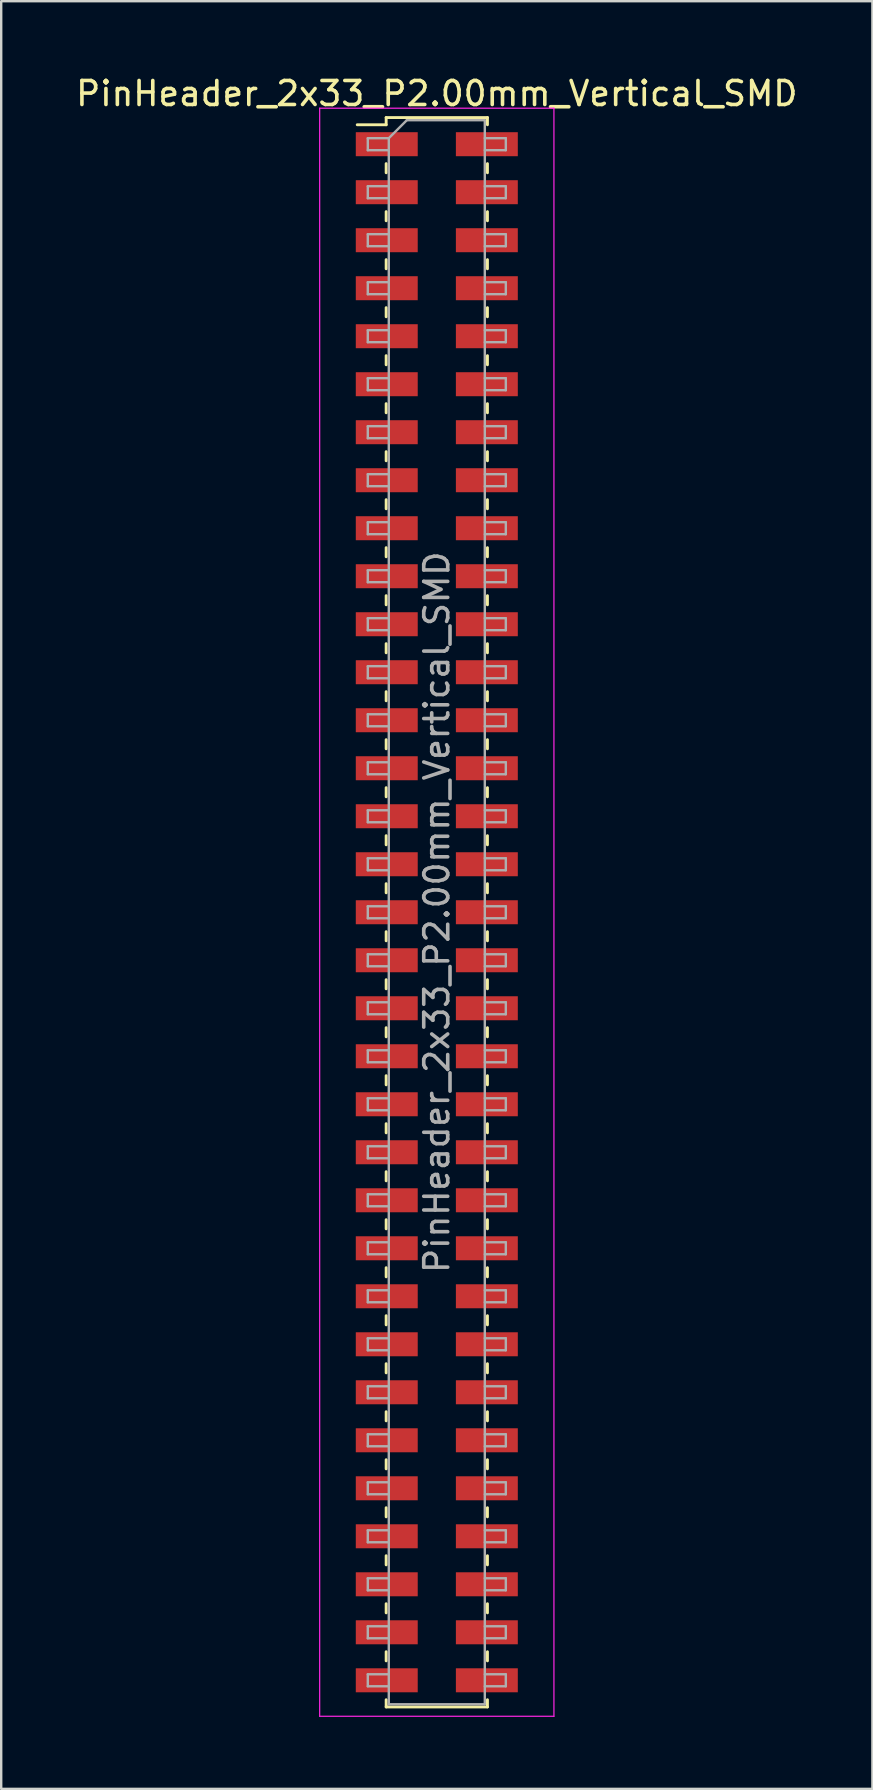
<source format=kicad_pcb>
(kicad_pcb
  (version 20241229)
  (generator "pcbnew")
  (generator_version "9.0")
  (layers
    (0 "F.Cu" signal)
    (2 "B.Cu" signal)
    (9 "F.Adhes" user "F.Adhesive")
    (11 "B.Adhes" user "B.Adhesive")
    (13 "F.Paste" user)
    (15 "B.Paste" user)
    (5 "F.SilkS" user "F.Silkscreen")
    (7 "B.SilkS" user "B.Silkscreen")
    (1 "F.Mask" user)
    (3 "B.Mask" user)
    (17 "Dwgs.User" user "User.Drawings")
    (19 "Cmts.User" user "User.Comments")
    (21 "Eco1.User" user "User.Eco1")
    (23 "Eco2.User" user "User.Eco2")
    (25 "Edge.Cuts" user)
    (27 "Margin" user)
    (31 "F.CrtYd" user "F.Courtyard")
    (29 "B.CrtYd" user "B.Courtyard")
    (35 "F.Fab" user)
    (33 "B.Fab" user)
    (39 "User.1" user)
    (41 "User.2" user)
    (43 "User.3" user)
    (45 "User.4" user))
  (footprint "PinHeader_2x33_P2.00mm_Vertical_SMD"
    (layer "F.Cu")
    (at 15.149 34.958)
    (property "Reference" "PinHeader_2x33_P2.00mm_Vertical_SMD" (at 0 -34.11 0) (layer "F.SilkS") (effects (font (size 1 1) (thickness 0.15))))
    (attr smd)
    (fp_line (start -3.315 -32.81) (end -2.11 -32.81) (stroke (width 0.12) (type solid)) (layer "F.SilkS"))
    (fp_line (start -2.11 -33.11) (end -2.11 -32.81) (stroke (width 0.12) (type solid)) (layer "F.SilkS"))
    (fp_line (start -2.11 -33.11) (end 2.11 -33.11) (stroke (width 0.12) (type solid)) (layer "F.SilkS"))
    (fp_line (start -2.11 -31.19) (end -2.11 -30.81) (stroke (width 0.12) (type solid)) (layer "F.SilkS"))
    (fp_line (start -2.11 -29.19) (end -2.11 -28.81) (stroke (width 0.12) (type solid)) (layer "F.SilkS"))
    (fp_line (start -2.11 -27.19) (end -2.11 -26.81) (stroke (width 0.12) (type solid)) (layer "F.SilkS"))
    (fp_line (start -2.11 -25.19) (end -2.11 -24.81) (stroke (width 0.12) (type solid)) (layer "F.SilkS"))
    (fp_line (start -2.11 -23.19) (end -2.11 -22.81) (stroke (width 0.12) (type solid)) (layer "F.SilkS"))
    (fp_line (start -2.11 -21.19) (end -2.11 -20.81) (stroke (width 0.12) (type solid)) (layer "F.SilkS"))
    (fp_line (start -2.11 -19.19) (end -2.11 -18.81) (stroke (width 0.12) (type solid)) (layer "F.SilkS"))
    (fp_line (start -2.11 -17.19) (end -2.11 -16.81) (stroke (width 0.12) (type solid)) (layer "F.SilkS"))
    (fp_line (start -2.11 -15.19) (end -2.11 -14.81) (stroke (width 0.12) (type solid)) (layer "F.SilkS"))
    (fp_line (start -2.11 -13.19) (end -2.11 -12.81) (stroke (width 0.12) (type solid)) (layer "F.SilkS"))
    (fp_line (start -2.11 -11.19) (end -2.11 -10.81) (stroke (width 0.12) (type solid)) (layer "F.SilkS"))
    (fp_line (start -2.11 -9.19) (end -2.11 -8.81) (stroke (width 0.12) (type solid)) (layer "F.SilkS"))
    (fp_line (start -2.11 -7.19) (end -2.11 -6.81) (stroke (width 0.12) (type solid)) (layer "F.SilkS"))
    (fp_line (start -2.11 -5.19) (end -2.11 -4.81) (stroke (width 0.12) (type solid)) (layer "F.SilkS"))
    (fp_line (start -2.11 -3.19) (end -2.11 -2.81) (stroke (width 0.12) (type solid)) (layer "F.SilkS"))
    (fp_line (start -2.11 -1.19) (end -2.11 -0.81) (stroke (width 0.12) (type solid)) (layer "F.SilkS"))
    (fp_line (start -2.11 0.81) (end -2.11 1.19) (stroke (width 0.12) (type solid)) (layer "F.SilkS"))
    (fp_line (start -2.11 2.81) (end -2.11 3.19) (stroke (width 0.12) (type solid)) (layer "F.SilkS"))
    (fp_line (start -2.11 4.81) (end -2.11 5.19) (stroke (width 0.12) (type solid)) (layer "F.SilkS"))
    (fp_line (start -2.11 6.81) (end -2.11 7.19) (stroke (width 0.12) (type solid)) (layer "F.SilkS"))
    (fp_line (start -2.11 8.81) (end -2.11 9.19) (stroke (width 0.12) (type solid)) (layer "F.SilkS"))
    (fp_line (start -2.11 10.81) (end -2.11 11.19) (stroke (width 0.12) (type solid)) (layer "F.SilkS"))
    (fp_line (start -2.11 12.81) (end -2.11 13.19) (stroke (width 0.12) (type solid)) (layer "F.SilkS"))
    (fp_line (start -2.11 14.81) (end -2.11 15.19) (stroke (width 0.12) (type solid)) (layer "F.SilkS"))
    (fp_line (start -2.11 16.81) (end -2.11 17.19) (stroke (width 0.12) (type solid)) (layer "F.SilkS"))
    (fp_line (start -2.11 18.81) (end -2.11 19.19) (stroke (width 0.12) (type solid)) (layer "F.SilkS"))
    (fp_line (start -2.11 20.81) (end -2.11 21.19) (stroke (width 0.12) (type solid)) (layer "F.SilkS"))
    (fp_line (start -2.11 22.81) (end -2.11 23.19) (stroke (width 0.12) (type solid)) (layer "F.SilkS"))
    (fp_line (start -2.11 24.81) (end -2.11 25.19) (stroke (width 0.12) (type solid)) (layer "F.SilkS"))
    (fp_line (start -2.11 26.81) (end -2.11 27.19) (stroke (width 0.12) (type solid)) (layer "F.SilkS"))
    (fp_line (start -2.11 28.81) (end -2.11 29.19) (stroke (width 0.12) (type solid)) (layer "F.SilkS"))
    (fp_line (start -2.11 30.81) (end -2.11 31.19) (stroke (width 0.12) (type solid)) (layer "F.SilkS"))
    (fp_line (start -2.11 32.81) (end -2.11 33.11) (stroke (width 0.12) (type solid)) (layer "F.SilkS"))
    (fp_line (start -2.11 33.11) (end 2.11 33.11) (stroke (width 0.12) (type solid)) (layer "F.SilkS"))
    (fp_line (start 2.11 -33.11) (end 2.11 -32.81) (stroke (width 0.12) (type solid)) (layer "F.SilkS"))
    (fp_line (start 2.11 -31.19) (end 2.11 -30.81) (stroke (width 0.12) (type solid)) (layer "F.SilkS"))
    (fp_line (start 2.11 -29.19) (end 2.11 -28.81) (stroke (width 0.12) (type solid)) (layer "F.SilkS"))
    (fp_line (start 2.11 -27.19) (end 2.11 -26.81) (stroke (width 0.12) (type solid)) (layer "F.SilkS"))
    (fp_line (start 2.11 -25.19) (end 2.11 -24.81) (stroke (width 0.12) (type solid)) (layer "F.SilkS"))
    (fp_line (start 2.11 -23.19) (end 2.11 -22.81) (stroke (width 0.12) (type solid)) (layer "F.SilkS"))
    (fp_line (start 2.11 -21.19) (end 2.11 -20.81) (stroke (width 0.12) (type solid)) (layer "F.SilkS"))
    (fp_line (start 2.11 -19.19) (end 2.11 -18.81) (stroke (width 0.12) (type solid)) (layer "F.SilkS"))
    (fp_line (start 2.11 -17.19) (end 2.11 -16.81) (stroke (width 0.12) (type solid)) (layer "F.SilkS"))
    (fp_line (start 2.11 -15.19) (end 2.11 -14.81) (stroke (width 0.12) (type solid)) (layer "F.SilkS"))
    (fp_line (start 2.11 -13.19) (end 2.11 -12.81) (stroke (width 0.12) (type solid)) (layer "F.SilkS"))
    (fp_line (start 2.11 -11.19) (end 2.11 -10.81) (stroke (width 0.12) (type solid)) (layer "F.SilkS"))
    (fp_line (start 2.11 -9.19) (end 2.11 -8.81) (stroke (width 0.12) (type solid)) (layer "F.SilkS"))
    (fp_line (start 2.11 -7.19) (end 2.11 -6.81) (stroke (width 0.12) (type solid)) (layer "F.SilkS"))
    (fp_line (start 2.11 -5.19) (end 2.11 -4.81) (stroke (width 0.12) (type solid)) (layer "F.SilkS"))
    (fp_line (start 2.11 -3.19) (end 2.11 -2.81) (stroke (width 0.12) (type solid)) (layer "F.SilkS"))
    (fp_line (start 2.11 -1.19) (end 2.11 -0.81) (stroke (width 0.12) (type solid)) (layer "F.SilkS"))
    (fp_line (start 2.11 0.81) (end 2.11 1.19) (stroke (width 0.12) (type solid)) (layer "F.SilkS"))
    (fp_line (start 2.11 2.81) (end 2.11 3.19) (stroke (width 0.12) (type solid)) (layer "F.SilkS"))
    (fp_line (start 2.11 4.81) (end 2.11 5.19) (stroke (width 0.12) (type solid)) (layer "F.SilkS"))
    (fp_line (start 2.11 6.81) (end 2.11 7.19) (stroke (width 0.12) (type solid)) (layer "F.SilkS"))
    (fp_line (start 2.11 8.81) (end 2.11 9.19) (stroke (width 0.12) (type solid)) (layer "F.SilkS"))
    (fp_line (start 2.11 10.81) (end 2.11 11.19) (stroke (width 0.12) (type solid)) (layer "F.SilkS"))
    (fp_line (start 2.11 12.81) (end 2.11 13.19) (stroke (width 0.12) (type solid)) (layer "F.SilkS"))
    (fp_line (start 2.11 14.81) (end 2.11 15.19) (stroke (width 0.12) (type solid)) (layer "F.SilkS"))
    (fp_line (start 2.11 16.81) (end 2.11 17.19) (stroke (width 0.12) (type solid)) (layer "F.SilkS"))
    (fp_line (start 2.11 18.81) (end 2.11 19.19) (stroke (width 0.12) (type solid)) (layer "F.SilkS"))
    (fp_line (start 2.11 20.81) (end 2.11 21.19) (stroke (width 0.12) (type solid)) (layer "F.SilkS"))
    (fp_line (start 2.11 22.81) (end 2.11 23.19) (stroke (width 0.12) (type solid)) (layer "F.SilkS"))
    (fp_line (start 2.11 24.81) (end 2.11 25.19) (stroke (width 0.12) (type solid)) (layer "F.SilkS"))
    (fp_line (start 2.11 26.81) (end 2.11 27.19) (stroke (width 0.12) (type solid)) (layer "F.SilkS"))
    (fp_line (start 2.11 28.81) (end 2.11 29.19) (stroke (width 0.12) (type solid)) (layer "F.SilkS"))
    (fp_line (start 2.11 30.81) (end 2.11 31.19) (stroke (width 0.12) (type solid)) (layer "F.SilkS"))
    (fp_line (start 2.11 32.81) (end 2.11 33.11) (stroke (width 0.12) (type solid)) (layer "F.SilkS"))
    (fp_line (start -4.88 -33.5) (end -4.88 33.5) (stroke (width 0.05) (type solid)) (layer "F.CrtYd"))
    (fp_line (start -4.88 33.5) (end 4.88 33.5) (stroke (width 0.05) (type solid)) (layer "F.CrtYd"))
    (fp_line (start 4.88 -33.5) (end -4.88 -33.5) (stroke (width 0.05) (type solid)) (layer "F.CrtYd"))
    (fp_line (start 4.88 33.5) (end 4.88 -33.5) (stroke (width 0.05) (type solid)) (layer "F.CrtYd"))
    (fp_line (start -2.875 -32.25) (end -2.875 -31.75) (stroke (width 0.1) (type solid)) (layer "F.Fab"))
    (fp_line (start -2.875 -31.75) (end -2 -31.75) (stroke (width 0.1) (type solid)) (layer "F.Fab"))
    (fp_line (start -2.875 -30.25) (end -2.875 -29.75) (stroke (width 0.1) (type solid)) (layer "F.Fab"))
    (fp_line (start -2.875 -29.75) (end -2 -29.75) (stroke (width 0.1) (type solid)) (layer "F.Fab"))
    (fp_line (start -2.875 -28.25) (end -2.875 -27.75) (stroke (width 0.1) (type solid)) (layer "F.Fab"))
    (fp_line (start -2.875 -27.75) (end -2 -27.75) (stroke (width 0.1) (type solid)) (layer "F.Fab"))
    (fp_line (start -2.875 -26.25) (end -2.875 -25.75) (stroke (width 0.1) (type solid)) (layer "F.Fab"))
    (fp_line (start -2.875 -25.75) (end -2 -25.75) (stroke (width 0.1) (type solid)) (layer "F.Fab"))
    (fp_line (start -2.875 -24.25) (end -2.875 -23.75) (stroke (width 0.1) (type solid)) (layer "F.Fab"))
    (fp_line (start -2.875 -23.75) (end -2 -23.75) (stroke (width 0.1) (type solid)) (layer "F.Fab"))
    (fp_line (start -2.875 -22.25) (end -2.875 -21.75) (stroke (width 0.1) (type solid)) (layer "F.Fab"))
    (fp_line (start -2.875 -21.75) (end -2 -21.75) (stroke (width 0.1) (type solid)) (layer "F.Fab"))
    (fp_line (start -2.875 -20.25) (end -2.875 -19.75) (stroke (width 0.1) (type solid)) (layer "F.Fab"))
    (fp_line (start -2.875 -19.75) (end -2 -19.75) (stroke (width 0.1) (type solid)) (layer "F.Fab"))
    (fp_line (start -2.875 -18.25) (end -2.875 -17.75) (stroke (width 0.1) (type solid)) (layer "F.Fab"))
    (fp_line (start -2.875 -17.75) (end -2 -17.75) (stroke (width 0.1) (type solid)) (layer "F.Fab"))
    (fp_line (start -2.875 -16.25) (end -2.875 -15.75) (stroke (width 0.1) (type solid)) (layer "F.Fab"))
    (fp_line (start -2.875 -15.75) (end -2 -15.75) (stroke (width 0.1) (type solid)) (layer "F.Fab"))
    (fp_line (start -2.875 -14.25) (end -2.875 -13.75) (stroke (width 0.1) (type solid)) (layer "F.Fab"))
    (fp_line (start -2.875 -13.75) (end -2 -13.75) (stroke (width 0.1) (type solid)) (layer "F.Fab"))
    (fp_line (start -2.875 -12.25) (end -2.875 -11.75) (stroke (width 0.1) (type solid)) (layer "F.Fab"))
    (fp_line (start -2.875 -11.75) (end -2 -11.75) (stroke (width 0.1) (type solid)) (layer "F.Fab"))
    (fp_line (start -2.875 -10.25) (end -2.875 -9.75) (stroke (width 0.1) (type solid)) (layer "F.Fab"))
    (fp_line (start -2.875 -9.75) (end -2 -9.75) (stroke (width 0.1) (type solid)) (layer "F.Fab"))
    (fp_line (start -2.875 -8.25) (end -2.875 -7.75) (stroke (width 0.1) (type solid)) (layer "F.Fab"))
    (fp_line (start -2.875 -7.75) (end -2 -7.75) (stroke (width 0.1) (type solid)) (layer "F.Fab"))
    (fp_line (start -2.875 -6.25) (end -2.875 -5.75) (stroke (width 0.1) (type solid)) (layer "F.Fab"))
    (fp_line (start -2.875 -5.75) (end -2 -5.75) (stroke (width 0.1) (type solid)) (layer "F.Fab"))
    (fp_line (start -2.875 -4.25) (end -2.875 -3.75) (stroke (width 0.1) (type solid)) (layer "F.Fab"))
    (fp_line (start -2.875 -3.75) (end -2 -3.75) (stroke (width 0.1) (type solid)) (layer "F.Fab"))
    (fp_line (start -2.875 -2.25) (end -2.875 -1.75) (stroke (width 0.1) (type solid)) (layer "F.Fab"))
    (fp_line (start -2.875 -1.75) (end -2 -1.75) (stroke (width 0.1) (type solid)) (layer "F.Fab"))
    (fp_line (start -2.875 -0.25) (end -2.875 0.25) (stroke (width 0.1) (type solid)) (layer "F.Fab"))
    (fp_line (start -2.875 0.25) (end -2 0.25) (stroke (width 0.1) (type solid)) (layer "F.Fab"))
    (fp_line (start -2.875 1.75) (end -2.875 2.25) (stroke (width 0.1) (type solid)) (layer "F.Fab"))
    (fp_line (start -2.875 2.25) (end -2 2.25) (stroke (width 0.1) (type solid)) (layer "F.Fab"))
    (fp_line (start -2.875 3.75) (end -2.875 4.25) (stroke (width 0.1) (type solid)) (layer "F.Fab"))
    (fp_line (start -2.875 4.25) (end -2 4.25) (stroke (width 0.1) (type solid)) (layer "F.Fab"))
    (fp_line (start -2.875 5.75) (end -2.875 6.25) (stroke (width 0.1) (type solid)) (layer "F.Fab"))
    (fp_line (start -2.875 6.25) (end -2 6.25) (stroke (width 0.1) (type solid)) (layer "F.Fab"))
    (fp_line (start -2.875 7.75) (end -2.875 8.25) (stroke (width 0.1) (type solid)) (layer "F.Fab"))
    (fp_line (start -2.875 8.25) (end -2 8.25) (stroke (width 0.1) (type solid)) (layer "F.Fab"))
    (fp_line (start -2.875 9.75) (end -2.875 10.25) (stroke (width 0.1) (type solid)) (layer "F.Fab"))
    (fp_line (start -2.875 10.25) (end -2 10.25) (stroke (width 0.1) (type solid)) (layer "F.Fab"))
    (fp_line (start -2.875 11.75) (end -2.875 12.25) (stroke (width 0.1) (type solid)) (layer "F.Fab"))
    (fp_line (start -2.875 12.25) (end -2 12.25) (stroke (width 0.1) (type solid)) (layer "F.Fab"))
    (fp_line (start -2.875 13.75) (end -2.875 14.25) (stroke (width 0.1) (type solid)) (layer "F.Fab"))
    (fp_line (start -2.875 14.25) (end -2 14.25) (stroke (width 0.1) (type solid)) (layer "F.Fab"))
    (fp_line (start -2.875 15.75) (end -2.875 16.25) (stroke (width 0.1) (type solid)) (layer "F.Fab"))
    (fp_line (start -2.875 16.25) (end -2 16.25) (stroke (width 0.1) (type solid)) (layer "F.Fab"))
    (fp_line (start -2.875 17.75) (end -2.875 18.25) (stroke (width 0.1) (type solid)) (layer "F.Fab"))
    (fp_line (start -2.875 18.25) (end -2 18.25) (stroke (width 0.1) (type solid)) (layer "F.Fab"))
    (fp_line (start -2.875 19.75) (end -2.875 20.25) (stroke (width 0.1) (type solid)) (layer "F.Fab"))
    (fp_line (start -2.875 20.25) (end -2 20.25) (stroke (width 0.1) (type solid)) (layer "F.Fab"))
    (fp_line (start -2.875 21.75) (end -2.875 22.25) (stroke (width 0.1) (type solid)) (layer "F.Fab"))
    (fp_line (start -2.875 22.25) (end -2 22.25) (stroke (width 0.1) (type solid)) (layer "F.Fab"))
    (fp_line (start -2.875 23.75) (end -2.875 24.25) (stroke (width 0.1) (type solid)) (layer "F.Fab"))
    (fp_line (start -2.875 24.25) (end -2 24.25) (stroke (width 0.1) (type solid)) (layer "F.Fab"))
    (fp_line (start -2.875 25.75) (end -2.875 26.25) (stroke (width 0.1) (type solid)) (layer "F.Fab"))
    (fp_line (start -2.875 26.25) (end -2 26.25) (stroke (width 0.1) (type solid)) (layer "F.Fab"))
    (fp_line (start -2.875 27.75) (end -2.875 28.25) (stroke (width 0.1) (type solid)) (layer "F.Fab"))
    (fp_line (start -2.875 28.25) (end -2 28.25) (stroke (width 0.1) (type solid)) (layer "F.Fab"))
    (fp_line (start -2.875 29.75) (end -2.875 30.25) (stroke (width 0.1) (type solid)) (layer "F.Fab"))
    (fp_line (start -2.875 30.25) (end -2 30.25) (stroke (width 0.1) (type solid)) (layer "F.Fab"))
    (fp_line (start -2.875 31.75) (end -2.875 32.25) (stroke (width 0.1) (type solid)) (layer "F.Fab"))
    (fp_line (start -2.875 32.25) (end -2 32.25) (stroke (width 0.1) (type solid)) (layer "F.Fab"))
    (fp_line (start -2 -32.25) (end -2.875 -32.25) (stroke (width 0.1) (type solid)) (layer "F.Fab"))
    (fp_line (start -2 -32.25) (end -1.25 -33) (stroke (width 0.1) (type solid)) (layer "F.Fab"))
    (fp_line (start -2 -30.25) (end -2.875 -30.25) (stroke (width 0.1) (type solid)) (layer "F.Fab"))
    (fp_line (start -2 -28.25) (end -2.875 -28.25) (stroke (width 0.1) (type solid)) (layer "F.Fab"))
    (fp_line (start -2 -26.25) (end -2.875 -26.25) (stroke (width 0.1) (type solid)) (layer "F.Fab"))
    (fp_line (start -2 -24.25) (end -2.875 -24.25) (stroke (width 0.1) (type solid)) (layer "F.Fab"))
    (fp_line (start -2 -22.25) (end -2.875 -22.25) (stroke (width 0.1) (type solid)) (layer "F.Fab"))
    (fp_line (start -2 -20.25) (end -2.875 -20.25) (stroke (width 0.1) (type solid)) (layer "F.Fab"))
    (fp_line (start -2 -18.25) (end -2.875 -18.25) (stroke (width 0.1) (type solid)) (layer "F.Fab"))
    (fp_line (start -2 -16.25) (end -2.875 -16.25) (stroke (width 0.1) (type solid)) (layer "F.Fab"))
    (fp_line (start -2 -14.25) (end -2.875 -14.25) (stroke (width 0.1) (type solid)) (layer "F.Fab"))
    (fp_line (start -2 -12.25) (end -2.875 -12.25) (stroke (width 0.1) (type solid)) (layer "F.Fab"))
    (fp_line (start -2 -10.25) (end -2.875 -10.25) (stroke (width 0.1) (type solid)) (layer "F.Fab"))
    (fp_line (start -2 -8.25) (end -2.875 -8.25) (stroke (width 0.1) (type solid)) (layer "F.Fab"))
    (fp_line (start -2 -6.25) (end -2.875 -6.25) (stroke (width 0.1) (type solid)) (layer "F.Fab"))
    (fp_line (start -2 -4.25) (end -2.875 -4.25) (stroke (width 0.1) (type solid)) (layer "F.Fab"))
    (fp_line (start -2 -2.25) (end -2.875 -2.25) (stroke (width 0.1) (type solid)) (layer "F.Fab"))
    (fp_line (start -2 -0.25) (end -2.875 -0.25) (stroke (width 0.1) (type solid)) (layer "F.Fab"))
    (fp_line (start -2 1.75) (end -2.875 1.75) (stroke (width 0.1) (type solid)) (layer "F.Fab"))
    (fp_line (start -2 3.75) (end -2.875 3.75) (stroke (width 0.1) (type solid)) (layer "F.Fab"))
    (fp_line (start -2 5.75) (end -2.875 5.75) (stroke (width 0.1) (type solid)) (layer "F.Fab"))
    (fp_line (start -2 7.75) (end -2.875 7.75) (stroke (width 0.1) (type solid)) (layer "F.Fab"))
    (fp_line (start -2 9.75) (end -2.875 9.75) (stroke (width 0.1) (type solid)) (layer "F.Fab"))
    (fp_line (start -2 11.75) (end -2.875 11.75) (stroke (width 0.1) (type solid)) (layer "F.Fab"))
    (fp_line (start -2 13.75) (end -2.875 13.75) (stroke (width 0.1) (type solid)) (layer "F.Fab"))
    (fp_line (start -2 15.75) (end -2.875 15.75) (stroke (width 0.1) (type solid)) (layer "F.Fab"))
    (fp_line (start -2 17.75) (end -2.875 17.75) (stroke (width 0.1) (type solid)) (layer "F.Fab"))
    (fp_line (start -2 19.75) (end -2.875 19.75) (stroke (width 0.1) (type solid)) (layer "F.Fab"))
    (fp_line (start -2 21.75) (end -2.875 21.75) (stroke (width 0.1) (type solid)) (layer "F.Fab"))
    (fp_line (start -2 23.75) (end -2.875 23.75) (stroke (width 0.1) (type solid)) (layer "F.Fab"))
    (fp_line (start -2 25.75) (end -2.875 25.75) (stroke (width 0.1) (type solid)) (layer "F.Fab"))
    (fp_line (start -2 27.75) (end -2.875 27.75) (stroke (width 0.1) (type solid)) (layer "F.Fab"))
    (fp_line (start -2 29.75) (end -2.875 29.75) (stroke (width 0.1) (type solid)) (layer "F.Fab"))
    (fp_line (start -2 31.75) (end -2.875 31.75) (stroke (width 0.1) (type solid)) (layer "F.Fab"))
    (fp_line (start -2 33) (end -2 -32.25) (stroke (width 0.1) (type solid)) (layer "F.Fab"))
    (fp_line (start -1.25 -33) (end 2 -33) (stroke (width 0.1) (type solid)) (layer "F.Fab"))
    (fp_line (start 2 -33) (end 2 33) (stroke (width 0.1) (type solid)) (layer "F.Fab"))
    (fp_line (start 2 -32.25) (end 2.875 -32.25) (stroke (width 0.1) (type solid)) (layer "F.Fab"))
    (fp_line (start 2 -30.25) (end 2.875 -30.25) (stroke (width 0.1) (type solid)) (layer "F.Fab"))
    (fp_line (start 2 -28.25) (end 2.875 -28.25) (stroke (width 0.1) (type solid)) (layer "F.Fab"))
    (fp_line (start 2 -26.25) (end 2.875 -26.25) (stroke (width 0.1) (type solid)) (layer "F.Fab"))
    (fp_line (start 2 -24.25) (end 2.875 -24.25) (stroke (width 0.1) (type solid)) (layer "F.Fab"))
    (fp_line (start 2 -22.25) (end 2.875 -22.25) (stroke (width 0.1) (type solid)) (layer "F.Fab"))
    (fp_line (start 2 -20.25) (end 2.875 -20.25) (stroke (width 0.1) (type solid)) (layer "F.Fab"))
    (fp_line (start 2 -18.25) (end 2.875 -18.25) (stroke (width 0.1) (type solid)) (layer "F.Fab"))
    (fp_line (start 2 -16.25) (end 2.875 -16.25) (stroke (width 0.1) (type solid)) (layer "F.Fab"))
    (fp_line (start 2 -14.25) (end 2.875 -14.25) (stroke (width 0.1) (type solid)) (layer "F.Fab"))
    (fp_line (start 2 -12.25) (end 2.875 -12.25) (stroke (width 0.1) (type solid)) (layer "F.Fab"))
    (fp_line (start 2 -10.25) (end 2.875 -10.25) (stroke (width 0.1) (type solid)) (layer "F.Fab"))
    (fp_line (start 2 -8.25) (end 2.875 -8.25) (stroke (width 0.1) (type solid)) (layer "F.Fab"))
    (fp_line (start 2 -6.25) (end 2.875 -6.25) (stroke (width 0.1) (type solid)) (layer "F.Fab"))
    (fp_line (start 2 -4.25) (end 2.875 -4.25) (stroke (width 0.1) (type solid)) (layer "F.Fab"))
    (fp_line (start 2 -2.25) (end 2.875 -2.25) (stroke (width 0.1) (type solid)) (layer "F.Fab"))
    (fp_line (start 2 -0.25) (end 2.875 -0.25) (stroke (width 0.1) (type solid)) (layer "F.Fab"))
    (fp_line (start 2 1.75) (end 2.875 1.75) (stroke (width 0.1) (type solid)) (layer "F.Fab"))
    (fp_line (start 2 3.75) (end 2.875 3.75) (stroke (width 0.1) (type solid)) (layer "F.Fab"))
    (fp_line (start 2 5.75) (end 2.875 5.75) (stroke (width 0.1) (type solid)) (layer "F.Fab"))
    (fp_line (start 2 7.75) (end 2.875 7.75) (stroke (width 0.1) (type solid)) (layer "F.Fab"))
    (fp_line (start 2 9.75) (end 2.875 9.75) (stroke (width 0.1) (type solid)) (layer "F.Fab"))
    (fp_line (start 2 11.75) (end 2.875 11.75) (stroke (width 0.1) (type solid)) (layer "F.Fab"))
    (fp_line (start 2 13.75) (end 2.875 13.75) (stroke (width 0.1) (type solid)) (layer "F.Fab"))
    (fp_line (start 2 15.75) (end 2.875 15.75) (stroke (width 0.1) (type solid)) (layer "F.Fab"))
    (fp_line (start 2 17.75) (end 2.875 17.75) (stroke (width 0.1) (type solid)) (layer "F.Fab"))
    (fp_line (start 2 19.75) (end 2.875 19.75) (stroke (width 0.1) (type solid)) (layer "F.Fab"))
    (fp_line (start 2 21.75) (end 2.875 21.75) (stroke (width 0.1) (type solid)) (layer "F.Fab"))
    (fp_line (start 2 23.75) (end 2.875 23.75) (stroke (width 0.1) (type solid)) (layer "F.Fab"))
    (fp_line (start 2 25.75) (end 2.875 25.75) (stroke (width 0.1) (type solid)) (layer "F.Fab"))
    (fp_line (start 2 27.75) (end 2.875 27.75) (stroke (width 0.1) (type solid)) (layer "F.Fab"))
    (fp_line (start 2 29.75) (end 2.875 29.75) (stroke (width 0.1) (type solid)) (layer "F.Fab"))
    (fp_line (start 2 31.75) (end 2.875 31.75) (stroke (width 0.1) (type solid)) (layer "F.Fab"))
    (fp_line (start 2 33) (end -2 33) (stroke (width 0.1) (type solid)) (layer "F.Fab"))
    (fp_line (start 2.875 -32.25) (end 2.875 -31.75) (stroke (width 0.1) (type solid)) (layer "F.Fab"))
    (fp_line (start 2.875 -31.75) (end 2 -31.75) (stroke (width 0.1) (type solid)) (layer "F.Fab"))
    (fp_line (start 2.875 -30.25) (end 2.875 -29.75) (stroke (width 0.1) (type solid)) (layer "F.Fab"))
    (fp_line (start 2.875 -29.75) (end 2 -29.75) (stroke (width 0.1) (type solid)) (layer "F.Fab"))
    (fp_line (start 2.875 -28.25) (end 2.875 -27.75) (stroke (width 0.1) (type solid)) (layer "F.Fab"))
    (fp_line (start 2.875 -27.75) (end 2 -27.75) (stroke (width 0.1) (type solid)) (layer "F.Fab"))
    (fp_line (start 2.875 -26.25) (end 2.875 -25.75) (stroke (width 0.1) (type solid)) (layer "F.Fab"))
    (fp_line (start 2.875 -25.75) (end 2 -25.75) (stroke (width 0.1) (type solid)) (layer "F.Fab"))
    (fp_line (start 2.875 -24.25) (end 2.875 -23.75) (stroke (width 0.1) (type solid)) (layer "F.Fab"))
    (fp_line (start 2.875 -23.75) (end 2 -23.75) (stroke (width 0.1) (type solid)) (layer "F.Fab"))
    (fp_line (start 2.875 -22.25) (end 2.875 -21.75) (stroke (width 0.1) (type solid)) (layer "F.Fab"))
    (fp_line (start 2.875 -21.75) (end 2 -21.75) (stroke (width 0.1) (type solid)) (layer "F.Fab"))
    (fp_line (start 2.875 -20.25) (end 2.875 -19.75) (stroke (width 0.1) (type solid)) (layer "F.Fab"))
    (fp_line (start 2.875 -19.75) (end 2 -19.75) (stroke (width 0.1) (type solid)) (layer "F.Fab"))
    (fp_line (start 2.875 -18.25) (end 2.875 -17.75) (stroke (width 0.1) (type solid)) (layer "F.Fab"))
    (fp_line (start 2.875 -17.75) (end 2 -17.75) (stroke (width 0.1) (type solid)) (layer "F.Fab"))
    (fp_line (start 2.875 -16.25) (end 2.875 -15.75) (stroke (width 0.1) (type solid)) (layer "F.Fab"))
    (fp_line (start 2.875 -15.75) (end 2 -15.75) (stroke (width 0.1) (type solid)) (layer "F.Fab"))
    (fp_line (start 2.875 -14.25) (end 2.875 -13.75) (stroke (width 0.1) (type solid)) (layer "F.Fab"))
    (fp_line (start 2.875 -13.75) (end 2 -13.75) (stroke (width 0.1) (type solid)) (layer "F.Fab"))
    (fp_line (start 2.875 -12.25) (end 2.875 -11.75) (stroke (width 0.1) (type solid)) (layer "F.Fab"))
    (fp_line (start 2.875 -11.75) (end 2 -11.75) (stroke (width 0.1) (type solid)) (layer "F.Fab"))
    (fp_line (start 2.875 -10.25) (end 2.875 -9.75) (stroke (width 0.1) (type solid)) (layer "F.Fab"))
    (fp_line (start 2.875 -9.75) (end 2 -9.75) (stroke (width 0.1) (type solid)) (layer "F.Fab"))
    (fp_line (start 2.875 -8.25) (end 2.875 -7.75) (stroke (width 0.1) (type solid)) (layer "F.Fab"))
    (fp_line (start 2.875 -7.75) (end 2 -7.75) (stroke (width 0.1) (type solid)) (layer "F.Fab"))
    (fp_line (start 2.875 -6.25) (end 2.875 -5.75) (stroke (width 0.1) (type solid)) (layer "F.Fab"))
    (fp_line (start 2.875 -5.75) (end 2 -5.75) (stroke (width 0.1) (type solid)) (layer "F.Fab"))
    (fp_line (start 2.875 -4.25) (end 2.875 -3.75) (stroke (width 0.1) (type solid)) (layer "F.Fab"))
    (fp_line (start 2.875 -3.75) (end 2 -3.75) (stroke (width 0.1) (type solid)) (layer "F.Fab"))
    (fp_line (start 2.875 -2.25) (end 2.875 -1.75) (stroke (width 0.1) (type solid)) (layer "F.Fab"))
    (fp_line (start 2.875 -1.75) (end 2 -1.75) (stroke (width 0.1) (type solid)) (layer "F.Fab"))
    (fp_line (start 2.875 -0.25) (end 2.875 0.25) (stroke (width 0.1) (type solid)) (layer "F.Fab"))
    (fp_line (start 2.875 0.25) (end 2 0.25) (stroke (width 0.1) (type solid)) (layer "F.Fab"))
    (fp_line (start 2.875 1.75) (end 2.875 2.25) (stroke (width 0.1) (type solid)) (layer "F.Fab"))
    (fp_line (start 2.875 2.25) (end 2 2.25) (stroke (width 0.1) (type solid)) (layer "F.Fab"))
    (fp_line (start 2.875 3.75) (end 2.875 4.25) (stroke (width 0.1) (type solid)) (layer "F.Fab"))
    (fp_line (start 2.875 4.25) (end 2 4.25) (stroke (width 0.1) (type solid)) (layer "F.Fab"))
    (fp_line (start 2.875 5.75) (end 2.875 6.25) (stroke (width 0.1) (type solid)) (layer "F.Fab"))
    (fp_line (start 2.875 6.25) (end 2 6.25) (stroke (width 0.1) (type solid)) (layer "F.Fab"))
    (fp_line (start 2.875 7.75) (end 2.875 8.25) (stroke (width 0.1) (type solid)) (layer "F.Fab"))
    (fp_line (start 2.875 8.25) (end 2 8.25) (stroke (width 0.1) (type solid)) (layer "F.Fab"))
    (fp_line (start 2.875 9.75) (end 2.875 10.25) (stroke (width 0.1) (type solid)) (layer "F.Fab"))
    (fp_line (start 2.875 10.25) (end 2 10.25) (stroke (width 0.1) (type solid)) (layer "F.Fab"))
    (fp_line (start 2.875 11.75) (end 2.875 12.25) (stroke (width 0.1) (type solid)) (layer "F.Fab"))
    (fp_line (start 2.875 12.25) (end 2 12.25) (stroke (width 0.1) (type solid)) (layer "F.Fab"))
    (fp_line (start 2.875 13.75) (end 2.875 14.25) (stroke (width 0.1) (type solid)) (layer "F.Fab"))
    (fp_line (start 2.875 14.25) (end 2 14.25) (stroke (width 0.1) (type solid)) (layer "F.Fab"))
    (fp_line (start 2.875 15.75) (end 2.875 16.25) (stroke (width 0.1) (type solid)) (layer "F.Fab"))
    (fp_line (start 2.875 16.25) (end 2 16.25) (stroke (width 0.1) (type solid)) (layer "F.Fab"))
    (fp_line (start 2.875 17.75) (end 2.875 18.25) (stroke (width 0.1) (type solid)) (layer "F.Fab"))
    (fp_line (start 2.875 18.25) (end 2 18.25) (stroke (width 0.1) (type solid)) (layer "F.Fab"))
    (fp_line (start 2.875 19.75) (end 2.875 20.25) (stroke (width 0.1) (type solid)) (layer "F.Fab"))
    (fp_line (start 2.875 20.25) (end 2 20.25) (stroke (width 0.1) (type solid)) (layer "F.Fab"))
    (fp_line (start 2.875 21.75) (end 2.875 22.25) (stroke (width 0.1) (type solid)) (layer "F.Fab"))
    (fp_line (start 2.875 22.25) (end 2 22.25) (stroke (width 0.1) (type solid)) (layer "F.Fab"))
    (fp_line (start 2.875 23.75) (end 2.875 24.25) (stroke (width 0.1) (type solid)) (layer "F.Fab"))
    (fp_line (start 2.875 24.25) (end 2 24.25) (stroke (width 0.1) (type solid)) (layer "F.Fab"))
    (fp_line (start 2.875 25.75) (end 2.875 26.25) (stroke (width 0.1) (type solid)) (layer "F.Fab"))
    (fp_line (start 2.875 26.25) (end 2 26.25) (stroke (width 0.1) (type solid)) (layer "F.Fab"))
    (fp_line (start 2.875 27.75) (end 2.875 28.25) (stroke (width 0.1) (type solid)) (layer "F.Fab"))
    (fp_line (start 2.875 28.25) (end 2 28.25) (stroke (width 0.1) (type solid)) (layer "F.Fab"))
    (fp_line (start 2.875 29.75) (end 2.875 30.25) (stroke (width 0.1) (type solid)) (layer "F.Fab"))
    (fp_line (start 2.875 30.25) (end 2 30.25) (stroke (width 0.1) (type solid)) (layer "F.Fab"))
    (fp_line (start 2.875 31.75) (end 2.875 32.25) (stroke (width 0.1) (type solid)) (layer "F.Fab"))
    (fp_line (start 2.875 32.25) (end 2 32.25) (stroke (width 0.1) (type solid)) (layer "F.Fab"))
    (fp_text user "${REFERENCE}" (at 0 0 90) (layer "F.Fab") (effects (font (size 1 1) (thickness 0.15))))
    (pad "1" smd rect (at -2.085 -32) (size 2.58 1) (layers "F.Cu" "F.Mask" "F.Paste"))
    (pad "2" smd rect (at 2.085 -32) (size 2.58 1) (layers "F.Cu" "F.Mask" "F.Paste"))
    (pad "3" smd rect (at -2.085 -30) (size 2.58 1) (layers "F.Cu" "F.Mask" "F.Paste"))
    (pad "4" smd rect (at 2.085 -30) (size 2.58 1) (layers "F.Cu" "F.Mask" "F.Paste"))
    (pad "5" smd rect (at -2.085 -28) (size 2.58 1) (layers "F.Cu" "F.Mask" "F.Paste"))
    (pad "6" smd rect (at 2.085 -28) (size 2.58 1) (layers "F.Cu" "F.Mask" "F.Paste"))
    (pad "7" smd rect (at -2.085 -26) (size 2.58 1) (layers "F.Cu" "F.Mask" "F.Paste"))
    (pad "8" smd rect (at 2.085 -26) (size 2.58 1) (layers "F.Cu" "F.Mask" "F.Paste"))
    (pad "9" smd rect (at -2.085 -24) (size 2.58 1) (layers "F.Cu" "F.Mask" "F.Paste"))
    (pad "10" smd rect (at 2.085 -24) (size 2.58 1) (layers "F.Cu" "F.Mask" "F.Paste"))
    (pad "11" smd rect (at -2.085 -22) (size 2.58 1) (layers "F.Cu" "F.Mask" "F.Paste"))
    (pad "12" smd rect (at 2.085 -22) (size 2.58 1) (layers "F.Cu" "F.Mask" "F.Paste"))
    (pad "13" smd rect (at -2.085 -20) (size 2.58 1) (layers "F.Cu" "F.Mask" "F.Paste"))
    (pad "14" smd rect (at 2.085 -20) (size 2.58 1) (layers "F.Cu" "F.Mask" "F.Paste"))
    (pad "15" smd rect (at -2.085 -18) (size 2.58 1) (layers "F.Cu" "F.Mask" "F.Paste"))
    (pad "16" smd rect (at 2.085 -18) (size 2.58 1) (layers "F.Cu" "F.Mask" "F.Paste"))
    (pad "17" smd rect (at -2.085 -16) (size 2.58 1) (layers "F.Cu" "F.Mask" "F.Paste"))
    (pad "18" smd rect (at 2.085 -16) (size 2.58 1) (layers "F.Cu" "F.Mask" "F.Paste"))
    (pad "19" smd rect (at -2.085 -14) (size 2.58 1) (layers "F.Cu" "F.Mask" "F.Paste"))
    (pad "20" smd rect (at 2.085 -14) (size 2.58 1) (layers "F.Cu" "F.Mask" "F.Paste"))
    (pad "21" smd rect (at -2.085 -12) (size 2.58 1) (layers "F.Cu" "F.Mask" "F.Paste"))
    (pad "22" smd rect (at 2.085 -12) (size 2.58 1) (layers "F.Cu" "F.Mask" "F.Paste"))
    (pad "23" smd rect (at -2.085 -10) (size 2.58 1) (layers "F.Cu" "F.Mask" "F.Paste"))
    (pad "24" smd rect (at 2.085 -10) (size 2.58 1) (layers "F.Cu" "F.Mask" "F.Paste"))
    (pad "25" smd rect (at -2.085 -8) (size 2.58 1) (layers "F.Cu" "F.Mask" "F.Paste"))
    (pad "26" smd rect (at 2.085 -8) (size 2.58 1) (layers "F.Cu" "F.Mask" "F.Paste"))
    (pad "27" smd rect (at -2.085 -6) (size 2.58 1) (layers "F.Cu" "F.Mask" "F.Paste"))
    (pad "28" smd rect (at 2.085 -6) (size 2.58 1) (layers "F.Cu" "F.Mask" "F.Paste"))
    (pad "29" smd rect (at -2.085 -4) (size 2.58 1) (layers "F.Cu" "F.Mask" "F.Paste"))
    (pad "30" smd rect (at 2.085 -4) (size 2.58 1) (layers "F.Cu" "F.Mask" "F.Paste"))
    (pad "31" smd rect (at -2.085 -2) (size 2.58 1) (layers "F.Cu" "F.Mask" "F.Paste"))
    (pad "32" smd rect (at 2.085 -2) (size 2.58 1) (layers "F.Cu" "F.Mask" "F.Paste"))
    (pad "33" smd rect (at -2.085 0) (size 2.58 1) (layers "F.Cu" "F.Mask" "F.Paste"))
    (pad "34" smd rect (at 2.085 0) (size 2.58 1) (layers "F.Cu" "F.Mask" "F.Paste"))
    (pad "35" smd rect (at -2.085 2) (size 2.58 1) (layers "F.Cu" "F.Mask" "F.Paste"))
    (pad "36" smd rect (at 2.085 2) (size 2.58 1) (layers "F.Cu" "F.Mask" "F.Paste"))
    (pad "37" smd rect (at -2.085 4) (size 2.58 1) (layers "F.Cu" "F.Mask" "F.Paste"))
    (pad "38" smd rect (at 2.085 4) (size 2.58 1) (layers "F.Cu" "F.Mask" "F.Paste"))
    (pad "39" smd rect (at -2.085 6) (size 2.58 1) (layers "F.Cu" "F.Mask" "F.Paste"))
    (pad "40" smd rect (at 2.085 6) (size 2.58 1) (layers "F.Cu" "F.Mask" "F.Paste"))
    (pad "41" smd rect (at -2.085 8) (size 2.58 1) (layers "F.Cu" "F.Mask" "F.Paste"))
    (pad "42" smd rect (at 2.085 8) (size 2.58 1) (layers "F.Cu" "F.Mask" "F.Paste"))
    (pad "43" smd rect (at -2.085 10) (size 2.58 1) (layers "F.Cu" "F.Mask" "F.Paste"))
    (pad "44" smd rect (at 2.085 10) (size 2.58 1) (layers "F.Cu" "F.Mask" "F.Paste"))
    (pad "45" smd rect (at -2.085 12) (size 2.58 1) (layers "F.Cu" "F.Mask" "F.Paste"))
    (pad "46" smd rect (at 2.085 12) (size 2.58 1) (layers "F.Cu" "F.Mask" "F.Paste"))
    (pad "47" smd rect (at -2.085 14) (size 2.58 1) (layers "F.Cu" "F.Mask" "F.Paste"))
    (pad "48" smd rect (at 2.085 14) (size 2.58 1) (layers "F.Cu" "F.Mask" "F.Paste"))
    (pad "49" smd rect (at -2.085 16) (size 2.58 1) (layers "F.Cu" "F.Mask" "F.Paste"))
    (pad "50" smd rect (at 2.085 16) (size 2.58 1) (layers "F.Cu" "F.Mask" "F.Paste"))
    (pad "51" smd rect (at -2.085 18) (size 2.58 1) (layers "F.Cu" "F.Mask" "F.Paste"))
    (pad "52" smd rect (at 2.085 18) (size 2.58 1) (layers "F.Cu" "F.Mask" "F.Paste"))
    (pad "53" smd rect (at -2.085 20) (size 2.58 1) (layers "F.Cu" "F.Mask" "F.Paste"))
    (pad "54" smd rect (at 2.085 20) (size 2.58 1) (layers "F.Cu" "F.Mask" "F.Paste"))
    (pad "55" smd rect (at -2.085 22) (size 2.58 1) (layers "F.Cu" "F.Mask" "F.Paste"))
    (pad "56" smd rect (at 2.085 22) (size 2.58 1) (layers "F.Cu" "F.Mask" "F.Paste"))
    (pad "57" smd rect (at -2.085 24) (size 2.58 1) (layers "F.Cu" "F.Mask" "F.Paste"))
    (pad "58" smd rect (at 2.085 24) (size 2.58 1) (layers "F.Cu" "F.Mask" "F.Paste"))
    (pad "59" smd rect (at -2.085 26) (size 2.58 1) (layers "F.Cu" "F.Mask" "F.Paste"))
    (pad "60" smd rect (at 2.085 26) (size 2.58 1) (layers "F.Cu" "F.Mask" "F.Paste"))
    (pad "61" smd rect (at -2.085 28) (size 2.58 1) (layers "F.Cu" "F.Mask" "F.Paste"))
    (pad "62" smd rect (at 2.085 28) (size 2.58 1) (layers "F.Cu" "F.Mask" "F.Paste"))
    (pad "63" smd rect (at -2.085 30) (size 2.58 1) (layers "F.Cu" "F.Mask" "F.Paste"))
    (pad "64" smd rect (at 2.085 30) (size 2.58 1) (layers "F.Cu" "F.Mask" "F.Paste"))
    (pad "65" smd rect (at -2.085 32) (size 2.58 1) (layers "F.Cu" "F.Mask" "F.Paste"))
    (pad "66" smd rect (at 2.085 32) (size 2.58 1) (layers "F.Cu" "F.Mask" "F.Paste")))
  (gr_rect
    (start -3 -3)
    (end 33.298 71.483)
    (stroke (width 0.1) (type default))
    (fill no)
    (layer "Edge.Cuts")))
</source>
